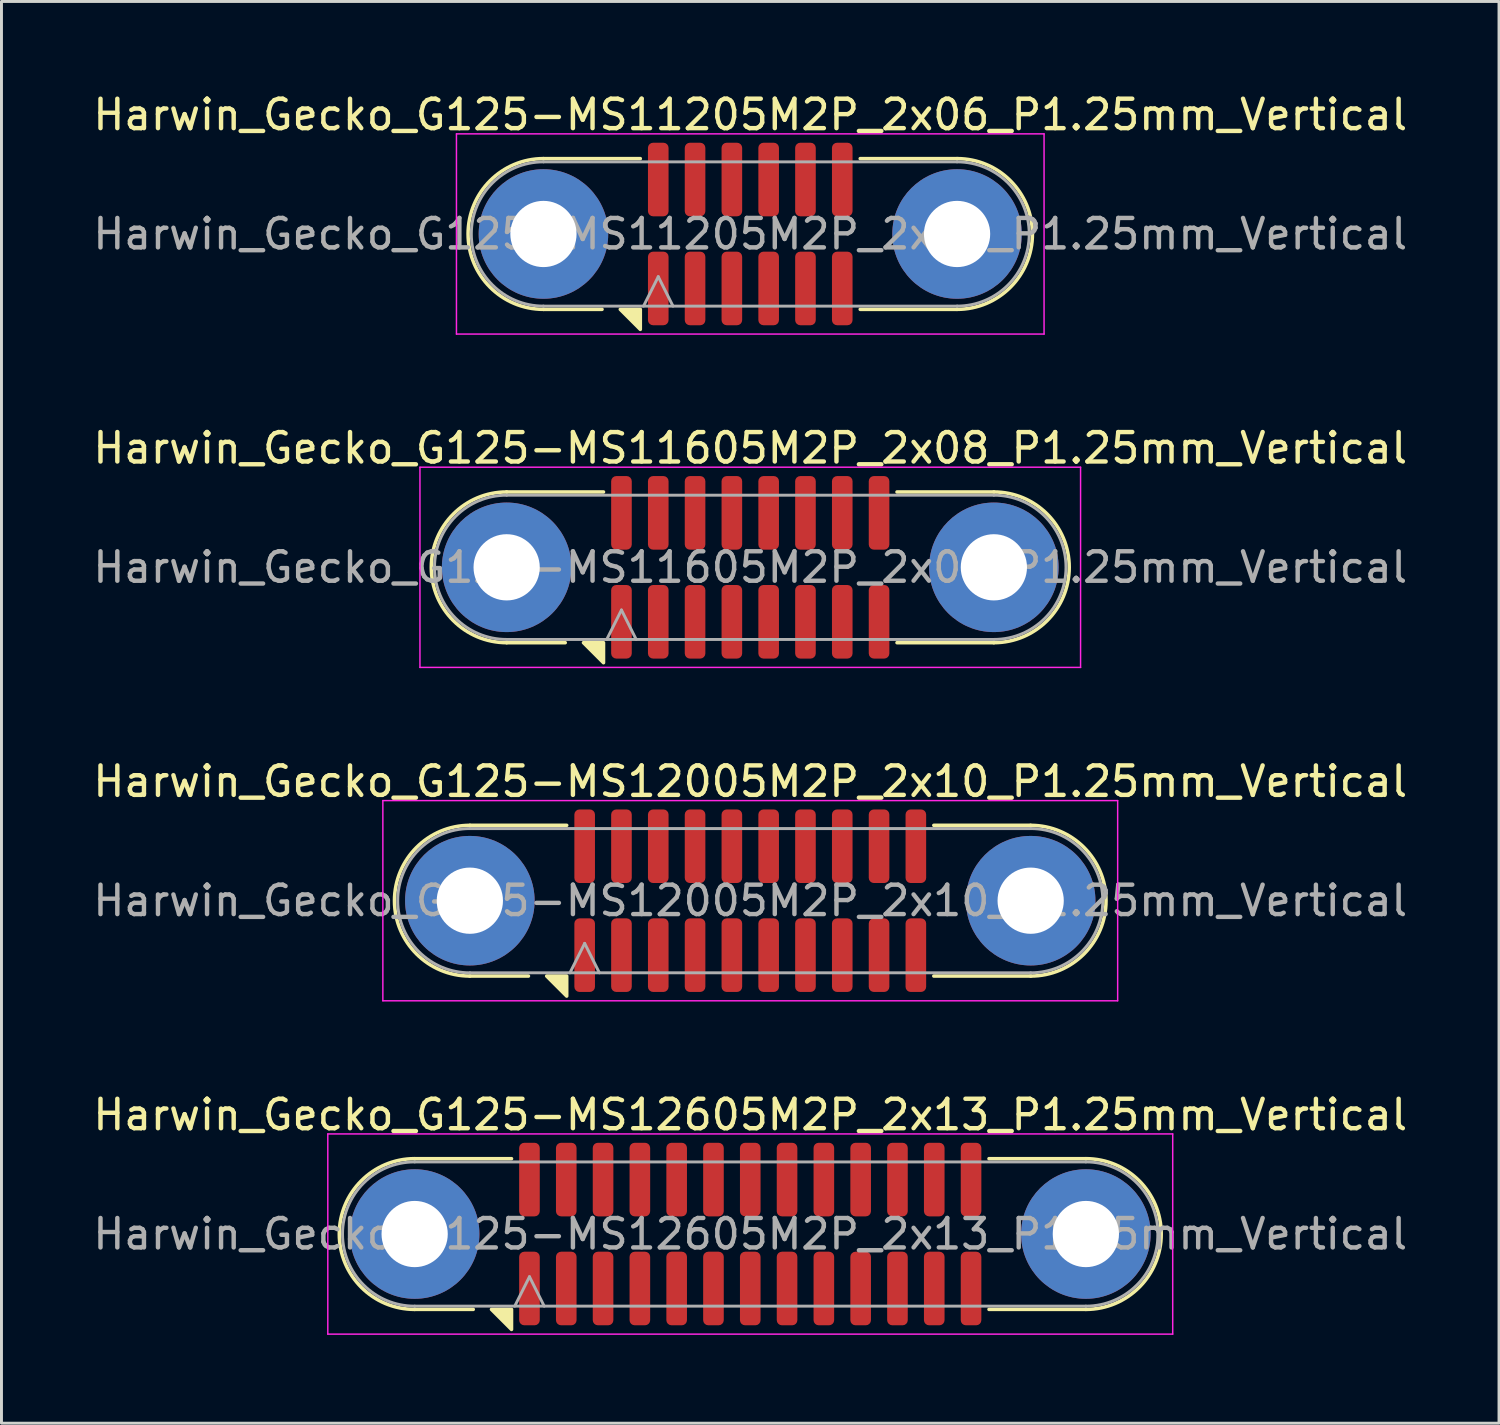
<source format=kicad_pcb>
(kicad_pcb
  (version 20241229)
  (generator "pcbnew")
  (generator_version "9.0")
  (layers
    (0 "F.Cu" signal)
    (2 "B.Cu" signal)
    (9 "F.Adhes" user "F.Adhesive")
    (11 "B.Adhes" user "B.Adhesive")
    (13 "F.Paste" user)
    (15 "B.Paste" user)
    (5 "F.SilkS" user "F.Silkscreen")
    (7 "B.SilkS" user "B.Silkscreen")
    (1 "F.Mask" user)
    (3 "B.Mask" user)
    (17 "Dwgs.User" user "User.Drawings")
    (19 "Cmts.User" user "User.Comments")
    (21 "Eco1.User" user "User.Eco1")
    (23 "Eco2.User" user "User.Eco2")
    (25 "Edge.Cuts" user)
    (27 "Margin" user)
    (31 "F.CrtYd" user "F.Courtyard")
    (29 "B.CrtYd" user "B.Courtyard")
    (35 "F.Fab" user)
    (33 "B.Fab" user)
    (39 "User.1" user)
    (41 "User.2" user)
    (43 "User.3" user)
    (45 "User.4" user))
  (footprint "Harwin_Gecko_G125-MS11605M2P_2x08_P1.25mm_Vertical"
    (layer "F.Cu")
    (at 22.435 16.221)
    (property "Reference" "Harwin_Gecko_G125-MS11605M2P_2x08_P1.25mm_Vertical" (at 0 -4.05 0) (layer "F.SilkS") (effects (font (size 1 1) (thickness 0.15))))
    (attr smd)
    (fp_line (start -6.285 2.56) (end -8.275 2.56) (stroke (width 0.12) (type solid)) (layer "F.SilkS"))
    (fp_line (start -4.985 -2.56) (end -8.275 -2.56) (stroke (width 0.12) (type solid)) (layer "F.SilkS"))
    (fp_line (start 4.985 -2.56) (end 8.275 -2.56) (stroke (width 0.12) (type solid)) (layer "F.SilkS"))
    (fp_line (start 4.985 2.56) (end 8.275 2.56) (stroke (width 0.12) (type solid)) (layer "F.SilkS"))
    (fp_arc (start -8.275 2.56) (mid -10.835 0) (end -8.275 -2.56) (stroke (width 0.12) (type solid)) (layer "F.SilkS"))
    (fp_arc (start 8.275 -2.56) (mid 10.835 0) (end 8.275 2.56) (stroke (width 0.12) (type solid)) (layer "F.SilkS"))
    (fp_poly (pts (xy -4.985 2.56) (xy -4.985 3.24) (xy -5.665 2.56)) (stroke (width 0.12) (type solid)) (fill yes) (layer "F.SilkS"))
    (fp_line (start -11.22 -3.4) (end -11.22 3.4) (stroke (width 0.05) (type solid)) (layer "F.CrtYd"))
    (fp_line (start -11.22 3.4) (end 11.22 3.4) (stroke (width 0.05) (type solid)) (layer "F.CrtYd"))
    (fp_line (start 11.22 -3.4) (end -11.22 -3.4) (stroke (width 0.05) (type solid)) (layer "F.CrtYd"))
    (fp_line (start 11.22 3.4) (end 11.22 -3.4) (stroke (width 0.05) (type solid)) (layer "F.CrtYd"))
    (fp_line (start -8.275 -2.45) (end 8.275 -2.45) (stroke (width 0.1) (type solid)) (layer "F.Fab"))
    (fp_line (start -8.275 2.45) (end 8.275 2.45) (stroke (width 0.1) (type solid)) (layer "F.Fab"))
    (fp_line (start -4.875 2.45) (end -4.375 1.45) (stroke (width 0.1) (type solid)) (layer "F.Fab"))
    (fp_line (start -4.375 1.45) (end -3.875 2.45) (stroke (width 0.1) (type solid)) (layer "F.Fab"))
    (fp_arc (start -8.275 2.45) (mid -10.725 0) (end -8.275 -2.45) (stroke (width 0.1) (type solid)) (layer "F.Fab"))
    (fp_arc (start 8.275 -2.45) (mid 10.725 0) (end 8.275 2.45) (stroke (width 0.1) (type solid)) (layer "F.Fab"))
    (fp_text user "${REFERENCE}" (at 0 0 0) (layer "F.Fab") (effects (font (size 1 1) (thickness 0.15))))
    (pad "1" smd roundrect (at -4.375 1.85) (size 0.7 2.5) (layers "F.Cu" "F.Mask" "F.Paste") (roundrect_rratio 0.25))
    (pad "2" smd roundrect (at -3.125 1.85) (size 0.7 2.5) (layers "F.Cu" "F.Mask" "F.Paste") (roundrect_rratio 0.25))
    (pad "3" smd roundrect (at -1.875 1.85) (size 0.7 2.5) (layers "F.Cu" "F.Mask" "F.Paste") (roundrect_rratio 0.25))
    (pad "4" smd roundrect (at -0.625 1.85) (size 0.7 2.5) (layers "F.Cu" "F.Mask" "F.Paste") (roundrect_rratio 0.25))
    (pad "5" smd roundrect (at 0.625 1.85) (size 0.7 2.5) (layers "F.Cu" "F.Mask" "F.Paste") (roundrect_rratio 0.25))
    (pad "6" smd roundrect (at 1.875 1.85) (size 0.7 2.5) (layers "F.Cu" "F.Mask" "F.Paste") (roundrect_rratio 0.25))
    (pad "7" smd roundrect (at 3.125 1.85) (size 0.7 2.5) (layers "F.Cu" "F.Mask" "F.Paste") (roundrect_rratio 0.25))
    (pad "8" smd roundrect (at 4.375 1.85) (size 0.7 2.5) (layers "F.Cu" "F.Mask" "F.Paste") (roundrect_rratio 0.25))
    (pad "9" smd roundrect (at -4.375 -1.85) (size 0.7 2.5) (layers "F.Cu" "F.Mask" "F.Paste") (roundrect_rratio 0.25))
    (pad "10" smd roundrect (at -3.125 -1.85) (size 0.7 2.5) (layers "F.Cu" "F.Mask" "F.Paste") (roundrect_rratio 0.25))
    (pad "11" smd roundrect (at -1.875 -1.85) (size 0.7 2.5) (layers "F.Cu" "F.Mask" "F.Paste") (roundrect_rratio 0.25))
    (pad "12" smd roundrect (at -0.625 -1.85) (size 0.7 2.5) (layers "F.Cu" "F.Mask" "F.Paste") (roundrect_rratio 0.25))
    (pad "13" smd roundrect (at 0.625 -1.85) (size 0.7 2.5) (layers "F.Cu" "F.Mask" "F.Paste") (roundrect_rratio 0.25))
    (pad "14" smd roundrect (at 1.875 -1.85) (size 0.7 2.5) (layers "F.Cu" "F.Mask" "F.Paste") (roundrect_rratio 0.25))
    (pad "15" smd roundrect (at 3.125 -1.85) (size 0.7 2.5) (layers "F.Cu" "F.Mask" "F.Paste") (roundrect_rratio 0.25))
    (pad "16" smd roundrect (at 4.375 -1.85) (size 0.7 2.5) (layers "F.Cu" "F.Mask" "F.Paste") (roundrect_rratio 0.25))
    (pad "MP" thru_hole circle (at -8.275 0) (size 4.4 4.4) (drill 2.25) (layers "*.Cu" "*.Mask"))
    (pad "MP" thru_hole circle (at 8.275 0) (size 4.4 4.4) (drill 2.25) (layers "*.Cu" "*.Mask")))
  (footprint "Harwin_Gecko_G125-MS11205M2P_2x06_P1.25mm_Vertical"
    (layer "F.Cu")
    (at 22.435 4.898)
    (property "Reference" "Harwin_Gecko_G125-MS11205M2P_2x06_P1.25mm_Vertical" (at 0 -4.05 0) (layer "F.SilkS") (effects (font (size 1 1) (thickness 0.15))))
    (attr smd)
    (fp_line (start -5.035 2.56) (end -7.025 2.56) (stroke (width 0.12) (type solid)) (layer "F.SilkS"))
    (fp_line (start -3.735 -2.56) (end -7.025 -2.56) (stroke (width 0.12) (type solid)) (layer "F.SilkS"))
    (fp_line (start 3.735 -2.56) (end 7.025 -2.56) (stroke (width 0.12) (type solid)) (layer "F.SilkS"))
    (fp_line (start 3.735 2.56) (end 7.025 2.56) (stroke (width 0.12) (type solid)) (layer "F.SilkS"))
    (fp_arc (start -7.025 2.56) (mid -9.585 0) (end -7.025 -2.56) (stroke (width 0.12) (type solid)) (layer "F.SilkS"))
    (fp_arc (start 7.025 -2.56) (mid 9.585 0) (end 7.025 2.56) (stroke (width 0.12) (type solid)) (layer "F.SilkS"))
    (fp_poly (pts (xy -3.735 2.56) (xy -3.735 3.24) (xy -4.415 2.56)) (stroke (width 0.12) (type solid)) (fill yes) (layer "F.SilkS"))
    (fp_line (start -9.98 -3.4) (end -9.98 3.4) (stroke (width 0.05) (type solid)) (layer "F.CrtYd"))
    (fp_line (start -9.98 3.4) (end 9.98 3.4) (stroke (width 0.05) (type solid)) (layer "F.CrtYd"))
    (fp_line (start 9.98 -3.4) (end -9.98 -3.4) (stroke (width 0.05) (type solid)) (layer "F.CrtYd"))
    (fp_line (start 9.98 3.4) (end 9.98 -3.4) (stroke (width 0.05) (type solid)) (layer "F.CrtYd"))
    (fp_line (start -7.025 -2.45) (end 7.025 -2.45) (stroke (width 0.1) (type solid)) (layer "F.Fab"))
    (fp_line (start -7.025 2.45) (end 7.025 2.45) (stroke (width 0.1) (type solid)) (layer "F.Fab"))
    (fp_line (start -3.625 2.45) (end -3.125 1.45) (stroke (width 0.1) (type solid)) (layer "F.Fab"))
    (fp_line (start -3.125 1.45) (end -2.625 2.45) (stroke (width 0.1) (type solid)) (layer "F.Fab"))
    (fp_arc (start -7.025 2.45) (mid -9.475 0) (end -7.025 -2.45) (stroke (width 0.1) (type solid)) (layer "F.Fab"))
    (fp_arc (start 7.025 -2.45) (mid 9.475 0) (end 7.025 2.45) (stroke (width 0.1) (type solid)) (layer "F.Fab"))
    (fp_text user "${REFERENCE}" (at 0 0 0) (layer "F.Fab") (effects (font (size 1 1) (thickness 0.15))))
    (pad "1" smd roundrect (at -3.125 1.85) (size 0.7 2.5) (layers "F.Cu" "F.Mask" "F.Paste") (roundrect_rratio 0.25))
    (pad "2" smd roundrect (at -1.875 1.85) (size 0.7 2.5) (layers "F.Cu" "F.Mask" "F.Paste") (roundrect_rratio 0.25))
    (pad "3" smd roundrect (at -0.625 1.85) (size 0.7 2.5) (layers "F.Cu" "F.Mask" "F.Paste") (roundrect_rratio 0.25))
    (pad "4" smd roundrect (at 0.625 1.85) (size 0.7 2.5) (layers "F.Cu" "F.Mask" "F.Paste") (roundrect_rratio 0.25))
    (pad "5" smd roundrect (at 1.875 1.85) (size 0.7 2.5) (layers "F.Cu" "F.Mask" "F.Paste") (roundrect_rratio 0.25))
    (pad "6" smd roundrect (at 3.125 1.85) (size 0.7 2.5) (layers "F.Cu" "F.Mask" "F.Paste") (roundrect_rratio 0.25))
    (pad "7" smd roundrect (at -3.125 -1.85) (size 0.7 2.5) (layers "F.Cu" "F.Mask" "F.Paste") (roundrect_rratio 0.25))
    (pad "8" smd roundrect (at -1.875 -1.85) (size 0.7 2.5) (layers "F.Cu" "F.Mask" "F.Paste") (roundrect_rratio 0.25))
    (pad "9" smd roundrect (at -0.625 -1.85) (size 0.7 2.5) (layers "F.Cu" "F.Mask" "F.Paste") (roundrect_rratio 0.25))
    (pad "10" smd roundrect (at 0.625 -1.85) (size 0.7 2.5) (layers "F.Cu" "F.Mask" "F.Paste") (roundrect_rratio 0.25))
    (pad "11" smd roundrect (at 1.875 -1.85) (size 0.7 2.5) (layers "F.Cu" "F.Mask" "F.Paste") (roundrect_rratio 0.25))
    (pad "12" smd roundrect (at 3.125 -1.85) (size 0.7 2.5) (layers "F.Cu" "F.Mask" "F.Paste") (roundrect_rratio 0.25))
    (pad "MP" thru_hole circle (at -7.025 0) (size 4.4 4.4) (drill 2.25) (layers "*.Cu" "*.Mask"))
    (pad "MP" thru_hole circle (at 7.025 0) (size 4.4 4.4) (drill 2.25) (layers "*.Cu" "*.Mask")))
  (footprint "Harwin_Gecko_G125-MS12005M2P_2x10_P1.25mm_Vertical"
    (layer "F.Cu")
    (at 22.435 27.545)
    (property "Reference" "Harwin_Gecko_G125-MS12005M2P_2x10_P1.25mm_Vertical" (at 0 -4.05 0) (layer "F.SilkS") (effects (font (size 1 1) (thickness 0.15))))
    (attr smd)
    (fp_line (start -7.535 2.56) (end -9.525 2.56) (stroke (width 0.12) (type solid)) (layer "F.SilkS"))
    (fp_line (start -6.235 -2.56) (end -9.525 -2.56) (stroke (width 0.12) (type solid)) (layer "F.SilkS"))
    (fp_line (start 6.235 -2.56) (end 9.525 -2.56) (stroke (width 0.12) (type solid)) (layer "F.SilkS"))
    (fp_line (start 6.235 2.56) (end 9.525 2.56) (stroke (width 0.12) (type solid)) (layer "F.SilkS"))
    (fp_arc (start -9.525 2.56) (mid -12.085 0) (end -9.525 -2.56) (stroke (width 0.12) (type solid)) (layer "F.SilkS"))
    (fp_arc (start 9.525 -2.56) (mid 12.085 0) (end 9.525 2.56) (stroke (width 0.12) (type solid)) (layer "F.SilkS"))
    (fp_poly (pts (xy -6.235 2.56) (xy -6.235 3.24) (xy -6.915 2.56)) (stroke (width 0.12) (type solid)) (fill yes) (layer "F.SilkS"))
    (fp_line (start -12.48 -3.4) (end -12.48 3.4) (stroke (width 0.05) (type solid)) (layer "F.CrtYd"))
    (fp_line (start -12.48 3.4) (end 12.48 3.4) (stroke (width 0.05) (type solid)) (layer "F.CrtYd"))
    (fp_line (start 12.48 -3.4) (end -12.48 -3.4) (stroke (width 0.05) (type solid)) (layer "F.CrtYd"))
    (fp_line (start 12.48 3.4) (end 12.48 -3.4) (stroke (width 0.05) (type solid)) (layer "F.CrtYd"))
    (fp_line (start -9.525 -2.45) (end 9.525 -2.45) (stroke (width 0.1) (type solid)) (layer "F.Fab"))
    (fp_line (start -9.525 2.45) (end 9.525 2.45) (stroke (width 0.1) (type solid)) (layer "F.Fab"))
    (fp_line (start -6.125 2.45) (end -5.625 1.45) (stroke (width 0.1) (type solid)) (layer "F.Fab"))
    (fp_line (start -5.625 1.45) (end -5.125 2.45) (stroke (width 0.1) (type solid)) (layer "F.Fab"))
    (fp_arc (start -9.525 2.45) (mid -11.975 0) (end -9.525 -2.45) (stroke (width 0.1) (type solid)) (layer "F.Fab"))
    (fp_arc (start 9.525 -2.45) (mid 11.975 0) (end 9.525 2.45) (stroke (width 0.1) (type solid)) (layer "F.Fab"))
    (fp_text user "${REFERENCE}" (at 0 0 0) (layer "F.Fab") (effects (font (size 1 1) (thickness 0.15))))
    (pad "1" smd roundrect (at -5.625 1.85) (size 0.7 2.5) (layers "F.Cu" "F.Mask" "F.Paste") (roundrect_rratio 0.25))
    (pad "2" smd roundrect (at -4.375 1.85) (size 0.7 2.5) (layers "F.Cu" "F.Mask" "F.Paste") (roundrect_rratio 0.25))
    (pad "3" smd roundrect (at -3.125 1.85) (size 0.7 2.5) (layers "F.Cu" "F.Mask" "F.Paste") (roundrect_rratio 0.25))
    (pad "4" smd roundrect (at -1.875 1.85) (size 0.7 2.5) (layers "F.Cu" "F.Mask" "F.Paste") (roundrect_rratio 0.25))
    (pad "5" smd roundrect (at -0.625 1.85) (size 0.7 2.5) (layers "F.Cu" "F.Mask" "F.Paste") (roundrect_rratio 0.25))
    (pad "6" smd roundrect (at 0.625 1.85) (size 0.7 2.5) (layers "F.Cu" "F.Mask" "F.Paste") (roundrect_rratio 0.25))
    (pad "7" smd roundrect (at 1.875 1.85) (size 0.7 2.5) (layers "F.Cu" "F.Mask" "F.Paste") (roundrect_rratio 0.25))
    (pad "8" smd roundrect (at 3.125 1.85) (size 0.7 2.5) (layers "F.Cu" "F.Mask" "F.Paste") (roundrect_rratio 0.25))
    (pad "9" smd roundrect (at 4.375 1.85) (size 0.7 2.5) (layers "F.Cu" "F.Mask" "F.Paste") (roundrect_rratio 0.25))
    (pad "10" smd roundrect (at 5.625 1.85) (size 0.7 2.5) (layers "F.Cu" "F.Mask" "F.Paste") (roundrect_rratio 0.25))
    (pad "11" smd roundrect (at -5.625 -1.85) (size 0.7 2.5) (layers "F.Cu" "F.Mask" "F.Paste") (roundrect_rratio 0.25))
    (pad "12" smd roundrect (at -4.375 -1.85) (size 0.7 2.5) (layers "F.Cu" "F.Mask" "F.Paste") (roundrect_rratio 0.25))
    (pad "13" smd roundrect (at -3.125 -1.85) (size 0.7 2.5) (layers "F.Cu" "F.Mask" "F.Paste") (roundrect_rratio 0.25))
    (pad "14" smd roundrect (at -1.875 -1.85) (size 0.7 2.5) (layers "F.Cu" "F.Mask" "F.Paste") (roundrect_rratio 0.25))
    (pad "15" smd roundrect (at -0.625 -1.85) (size 0.7 2.5) (layers "F.Cu" "F.Mask" "F.Paste") (roundrect_rratio 0.25))
    (pad "16" smd roundrect (at 0.625 -1.85) (size 0.7 2.5) (layers "F.Cu" "F.Mask" "F.Paste") (roundrect_rratio 0.25))
    (pad "17" smd roundrect (at 1.875 -1.85) (size 0.7 2.5) (layers "F.Cu" "F.Mask" "F.Paste") (roundrect_rratio 0.25))
    (pad "18" smd roundrect (at 3.125 -1.85) (size 0.7 2.5) (layers "F.Cu" "F.Mask" "F.Paste") (roundrect_rratio 0.25))
    (pad "19" smd roundrect (at 4.375 -1.85) (size 0.7 2.5) (layers "F.Cu" "F.Mask" "F.Paste") (roundrect_rratio 0.25))
    (pad "20" smd roundrect (at 5.625 -1.85) (size 0.7 2.5) (layers "F.Cu" "F.Mask" "F.Paste") (roundrect_rratio 0.25))
    (pad "MP" thru_hole circle (at -9.525 0) (size 4.4 4.4) (drill 2.25) (layers "*.Cu" "*.Mask"))
    (pad "MP" thru_hole circle (at 9.525 0) (size 4.4 4.4) (drill 2.25) (layers "*.Cu" "*.Mask")))
  (footprint "Harwin_Gecko_G125-MS12605M2P_2x13_P1.25mm_Vertical"
    (layer "F.Cu")
    (at 22.435 38.868)
    (property "Reference" "Harwin_Gecko_G125-MS12605M2P_2x13_P1.25mm_Vertical" (at 0 -4.05 0) (layer "F.SilkS") (effects (font (size 1 1) (thickness 0.15))))
    (attr smd)
    (fp_line (start -9.41 2.56) (end -11.4 2.56) (stroke (width 0.12) (type solid)) (layer "F.SilkS"))
    (fp_line (start -8.11 -2.56) (end -11.4 -2.56) (stroke (width 0.12) (type solid)) (layer "F.SilkS"))
    (fp_line (start 8.11 -2.56) (end 11.4 -2.56) (stroke (width 0.12) (type solid)) (layer "F.SilkS"))
    (fp_line (start 8.11 2.56) (end 11.4 2.56) (stroke (width 0.12) (type solid)) (layer "F.SilkS"))
    (fp_arc (start -11.4 2.56) (mid -13.96 0) (end -11.4 -2.56) (stroke (width 0.12) (type solid)) (layer "F.SilkS"))
    (fp_arc (start 11.4 -2.56) (mid 13.96 0) (end 11.4 2.56) (stroke (width 0.12) (type solid)) (layer "F.SilkS"))
    (fp_poly (pts (xy -8.11 2.56) (xy -8.11 3.24) (xy -8.79 2.56)) (stroke (width 0.12) (type solid)) (fill yes) (layer "F.SilkS"))
    (fp_line (start -14.35 -3.4) (end -14.35 3.4) (stroke (width 0.05) (type solid)) (layer "F.CrtYd"))
    (fp_line (start -14.35 3.4) (end 14.35 3.4) (stroke (width 0.05) (type solid)) (layer "F.CrtYd"))
    (fp_line (start 14.35 -3.4) (end -14.35 -3.4) (stroke (width 0.05) (type solid)) (layer "F.CrtYd"))
    (fp_line (start 14.35 3.4) (end 14.35 -3.4) (stroke (width 0.05) (type solid)) (layer "F.CrtYd"))
    (fp_line (start -11.4 -2.45) (end 11.4 -2.45) (stroke (width 0.1) (type solid)) (layer "F.Fab"))
    (fp_line (start -11.4 2.45) (end 11.4 2.45) (stroke (width 0.1) (type solid)) (layer "F.Fab"))
    (fp_line (start -8 2.45) (end -7.5 1.45) (stroke (width 0.1) (type solid)) (layer "F.Fab"))
    (fp_line (start -7.5 1.45) (end -7 2.45) (stroke (width 0.1) (type solid)) (layer "F.Fab"))
    (fp_arc (start -11.4 2.45) (mid -13.85 0) (end -11.4 -2.45) (stroke (width 0.1) (type solid)) (layer "F.Fab"))
    (fp_arc (start 11.4 -2.45) (mid 13.85 0) (end 11.4 2.45) (stroke (width 0.1) (type solid)) (layer "F.Fab"))
    (fp_text user "${REFERENCE}" (at 0 0 0) (layer "F.Fab") (effects (font (size 1 1) (thickness 0.15))))
    (pad "1" smd roundrect (at -7.5 1.85) (size 0.7 2.5) (layers "F.Cu" "F.Mask" "F.Paste") (roundrect_rratio 0.25))
    (pad "2" smd roundrect (at -6.25 1.85) (size 0.7 2.5) (layers "F.Cu" "F.Mask" "F.Paste") (roundrect_rratio 0.25))
    (pad "3" smd roundrect (at -5 1.85) (size 0.7 2.5) (layers "F.Cu" "F.Mask" "F.Paste") (roundrect_rratio 0.25))
    (pad "4" smd roundrect (at -3.75 1.85) (size 0.7 2.5) (layers "F.Cu" "F.Mask" "F.Paste") (roundrect_rratio 0.25))
    (pad "5" smd roundrect (at -2.5 1.85) (size 0.7 2.5) (layers "F.Cu" "F.Mask" "F.Paste") (roundrect_rratio 0.25))
    (pad "6" smd roundrect (at -1.25 1.85) (size 0.7 2.5) (layers "F.Cu" "F.Mask" "F.Paste") (roundrect_rratio 0.25))
    (pad "7" smd roundrect (at 0 1.85) (size 0.7 2.5) (layers "F.Cu" "F.Mask" "F.Paste") (roundrect_rratio 0.25))
    (pad "8" smd roundrect (at 1.25 1.85) (size 0.7 2.5) (layers "F.Cu" "F.Mask" "F.Paste") (roundrect_rratio 0.25))
    (pad "9" smd roundrect (at 2.5 1.85) (size 0.7 2.5) (layers "F.Cu" "F.Mask" "F.Paste") (roundrect_rratio 0.25))
    (pad "10" smd roundrect (at 3.75 1.85) (size 0.7 2.5) (layers "F.Cu" "F.Mask" "F.Paste") (roundrect_rratio 0.25))
    (pad "11" smd roundrect (at 5 1.85) (size 0.7 2.5) (layers "F.Cu" "F.Mask" "F.Paste") (roundrect_rratio 0.25))
    (pad "12" smd roundrect (at 6.25 1.85) (size 0.7 2.5) (layers "F.Cu" "F.Mask" "F.Paste") (roundrect_rratio 0.25))
    (pad "13" smd roundrect (at 7.5 1.85) (size 0.7 2.5) (layers "F.Cu" "F.Mask" "F.Paste") (roundrect_rratio 0.25))
    (pad "14" smd roundrect (at -7.5 -1.85) (size 0.7 2.5) (layers "F.Cu" "F.Mask" "F.Paste") (roundrect_rratio 0.25))
    (pad "15" smd roundrect (at -6.25 -1.85) (size 0.7 2.5) (layers "F.Cu" "F.Mask" "F.Paste") (roundrect_rratio 0.25))
    (pad "16" smd roundrect (at -5 -1.85) (size 0.7 2.5) (layers "F.Cu" "F.Mask" "F.Paste") (roundrect_rratio 0.25))
    (pad "17" smd roundrect (at -3.75 -1.85) (size 0.7 2.5) (layers "F.Cu" "F.Mask" "F.Paste") (roundrect_rratio 0.25))
    (pad "18" smd roundrect (at -2.5 -1.85) (size 0.7 2.5) (layers "F.Cu" "F.Mask" "F.Paste") (roundrect_rratio 0.25))
    (pad "19" smd roundrect (at -1.25 -1.85) (size 0.7 2.5) (layers "F.Cu" "F.Mask" "F.Paste") (roundrect_rratio 0.25))
    (pad "20" smd roundrect (at 0 -1.85) (size 0.7 2.5) (layers "F.Cu" "F.Mask" "F.Paste") (roundrect_rratio 0.25))
    (pad "21" smd roundrect (at 1.25 -1.85) (size 0.7 2.5) (layers "F.Cu" "F.Mask" "F.Paste") (roundrect_rratio 0.25))
    (pad "22" smd roundrect (at 2.5 -1.85) (size 0.7 2.5) (layers "F.Cu" "F.Mask" "F.Paste") (roundrect_rratio 0.25))
    (pad "23" smd roundrect (at 3.75 -1.85) (size 0.7 2.5) (layers "F.Cu" "F.Mask" "F.Paste") (roundrect_rratio 0.25))
    (pad "24" smd roundrect (at 5 -1.85) (size 0.7 2.5) (layers "F.Cu" "F.Mask" "F.Paste") (roundrect_rratio 0.25))
    (pad "25" smd roundrect (at 6.25 -1.85) (size 0.7 2.5) (layers "F.Cu" "F.Mask" "F.Paste") (roundrect_rratio 0.25))
    (pad "26" smd roundrect (at 7.5 -1.85) (size 0.7 2.5) (layers "F.Cu" "F.Mask" "F.Paste") (roundrect_rratio 0.25))
    (pad "MP" thru_hole circle (at -11.4 0) (size 4.4 4.4) (drill 2.25) (layers "*.Cu" "*.Mask"))
    (pad "MP" thru_hole circle (at 11.4 0) (size 4.4 4.4) (drill 2.25) (layers "*.Cu" "*.Mask")))
  (gr_rect
    (start -3 -3)
    (end 47.869 45.293)
    (stroke (width 0.1) (type default))
    (fill no)
    (layer "Edge.Cuts")))
</source>
